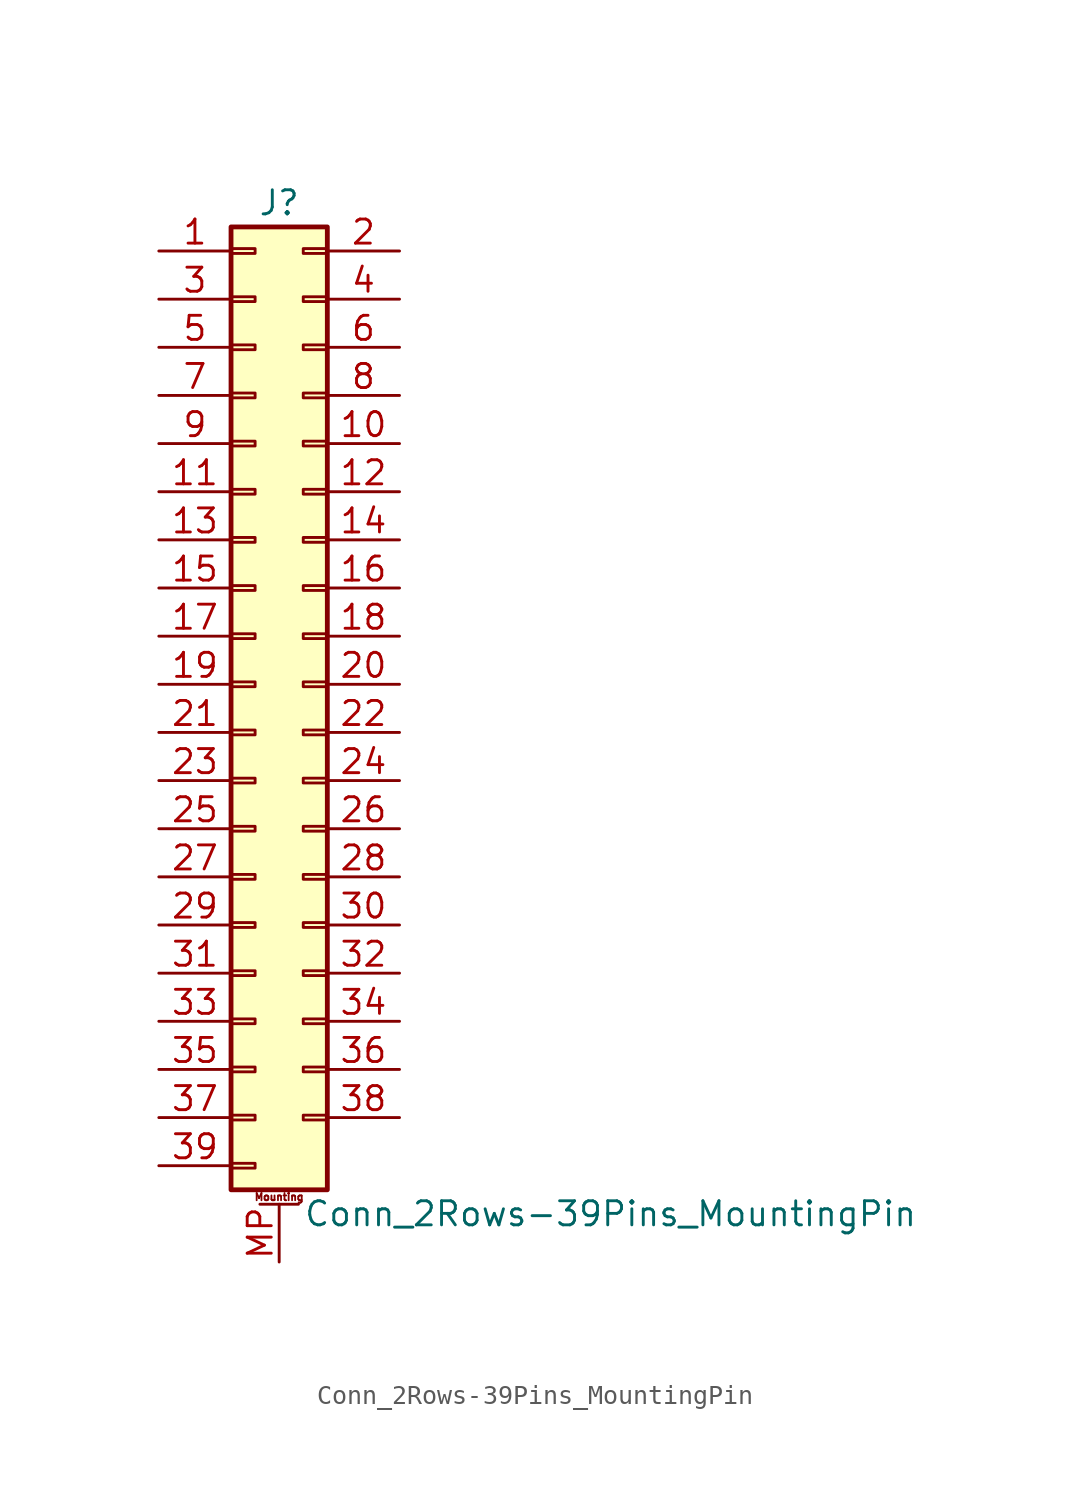
<source format=kicad_sym>
(kicad_symbol_lib
  (version 20211014)
  (generator kicad_symbol_editor)
  (symbol "Conn_2Rows-39Pins_MountingPin"
    (pin_names
      (offset 1.016) hide)
    (property "Reference" "J"
      (at 1.27 25.4 0)
      (effects (font (size 1.27 1.27))))
    (property "Value" "Conn_2Rows-39Pins_MountingPin"
      (at 2.54 -27.94 0)
      (effects (font (size 1.27 1.27)) (justify left)))
    (symbol "Conn_2Rows-39Pins_MountingPin_1_1"
      (rectangle (start -1.27 -25.273) (end 0 -25.527) (stroke (width 0.152) (type default) (color 0 0 0 0)) (fill (type none)))
      (rectangle (start -1.27 -22.733) (end 0 -22.987) (stroke (width 0.152) (type default) (color 0 0 0 0)) (fill (type none)))
      (rectangle (start -1.27 -20.193) (end 0 -20.447) (stroke (width 0.152) (type default) (color 0 0 0 0)) (fill (type none)))
      (rectangle (start -1.27 -17.653) (end 0 -17.907) (stroke (width 0.152) (type default) (color 0 0 0 0)) (fill (type none)))
      (rectangle (start -1.27 -15.113) (end 0 -15.367) (stroke (width 0.152) (type default) (color 0 0 0 0)) (fill (type none)))
      (rectangle (start -1.27 -12.573) (end 0 -12.827) (stroke (width 0.152) (type default) (color 0 0 0 0)) (fill (type none)))
      (rectangle (start -1.27 -10.033) (end 0 -10.287) (stroke (width 0.152) (type default) (color 0 0 0 0)) (fill (type none)))
      (rectangle (start -1.27 -7.493) (end 0 -7.747) (stroke (width 0.152) (type default) (color 0 0 0 0)) (fill (type none)))
      (rectangle (start -1.27 -4.953) (end 0 -5.207) (stroke (width 0.152) (type default) (color 0 0 0 0)) (fill (type none)))
      (rectangle (start -1.27 -2.413) (end 0 -2.667) (stroke (width 0.152) (type default) (color 0 0 0 0)) (fill (type none)))
      (rectangle (start -1.27 0.127) (end 0 -0.127) (stroke (width 0.152) (type default) (color 0 0 0 0)) (fill (type none)))
      (rectangle (start -1.27 2.667) (end 0 2.413) (stroke (width 0.152) (type default) (color 0 0 0 0)) (fill (type none)))
      (rectangle (start -1.27 5.207) (end 0 4.953) (stroke (width 0.152) (type default) (color 0 0 0 0)) (fill (type none)))
      (rectangle (start -1.27 7.747) (end 0 7.493) (stroke (width 0.152) (type default) (color 0 0 0 0)) (fill (type none)))
      (rectangle (start -1.27 10.287) (end 0 10.033) (stroke (width 0.152) (type default) (color 0 0 0 0)) (fill (type none)))
      (rectangle (start -1.27 12.827) (end 0 12.573) (stroke (width 0.152) (type default) (color 0 0 0 0)) (fill (type none)))
      (rectangle (start -1.27 15.367) (end 0 15.113) (stroke (width 0.152) (type default) (color 0 0 0 0)) (fill (type none)))
      (rectangle (start -1.27 17.907) (end 0 17.653) (stroke (width 0.152) (type default) (color 0 0 0 0)) (fill (type none)))
      (rectangle (start -1.27 20.447) (end 0 20.193) (stroke (width 0.152) (type default) (color 0 0 0 0)) (fill (type none)))
      (rectangle (start -1.27 22.987) (end 0 22.733) (stroke (width 0.152) (type default) (color 0 0 0 0)) (fill (type none)))
      (rectangle (start -1.27 24.13) (end 3.81 -26.67) (stroke (width 0.254) (type default) (color 0 0 0 0)) (fill (type background)))
      (polyline (pts (xy 0.254 -27.432) (xy 2.286 -27.432)) (stroke (width 0.152) (type default) (color 0 0 0 0)) (fill (type none)))
      (rectangle (start 3.81 -22.733) (end 2.54 -22.987) (stroke (width 0.152) (type default) (color 0 0 0 0)) (fill (type none)))
      (rectangle (start 3.81 -20.193) (end 2.54 -20.447) (stroke (width 0.152) (type default) (color 0 0 0 0)) (fill (type none)))
      (rectangle (start 3.81 -17.653) (end 2.54 -17.907) (stroke (width 0.152) (type default) (color 0 0 0 0)) (fill (type none)))
      (rectangle (start 3.81 -15.113) (end 2.54 -15.367) (stroke (width 0.152) (type default) (color 0 0 0 0)) (fill (type none)))
      (rectangle (start 3.81 -12.573) (end 2.54 -12.827) (stroke (width 0.152) (type default) (color 0 0 0 0)) (fill (type none)))
      (rectangle (start 3.81 -10.033) (end 2.54 -10.287) (stroke (width 0.152) (type default) (color 0 0 0 0)) (fill (type none)))
      (rectangle (start 3.81 -7.493) (end 2.54 -7.747) (stroke (width 0.152) (type default) (color 0 0 0 0)) (fill (type none)))
      (rectangle (start 3.81 -4.953) (end 2.54 -5.207) (stroke (width 0.152) (type default) (color 0 0 0 0)) (fill (type none)))
      (rectangle (start 3.81 -2.413) (end 2.54 -2.667) (stroke (width 0.152) (type default) (color 0 0 0 0)) (fill (type none)))
      (rectangle (start 3.81 0.127) (end 2.54 -0.127) (stroke (width 0.152) (type default) (color 0 0 0 0)) (fill (type none)))
      (rectangle (start 3.81 2.667) (end 2.54 2.413) (stroke (width 0.152) (type default) (color 0 0 0 0)) (fill (type none)))
      (rectangle (start 3.81 5.207) (end 2.54 4.953) (stroke (width 0.152) (type default) (color 0 0 0 0)) (fill (type none)))
      (rectangle (start 3.81 7.747) (end 2.54 7.493) (stroke (width 0.152) (type default) (color 0 0 0 0)) (fill (type none)))
      (rectangle (start 3.81 10.287) (end 2.54 10.033) (stroke (width 0.152) (type default) (color 0 0 0 0)) (fill (type none)))
      (rectangle (start 3.81 12.827) (end 2.54 12.573) (stroke (width 0.152) (type default) (color 0 0 0 0)) (fill (type none)))
      (rectangle (start 3.81 15.367) (end 2.54 15.113) (stroke (width 0.152) (type default) (color 0 0 0 0)) (fill (type none)))
      (rectangle (start 3.81 17.907) (end 2.54 17.653) (stroke (width 0.152) (type default) (color 0 0 0 0)) (fill (type none)))
      (rectangle (start 3.81 20.447) (end 2.54 20.193) (stroke (width 0.152) (type default) (color 0 0 0 0)) (fill (type none)))
      (rectangle (start 3.81 22.987) (end 2.54 22.733) (stroke (width 0.152) (type default) (color 0 0 0 0)) (fill (type none)))
      (text "Mounting" (at 1.27 -27.051 0) (effects (font (size 0.381 0.381))))
      (pin passive line (at -5.08 22.86 0) (length 3.81) (name "Pin_1" (effects (font (size 1.27 1.27)))) (number "1" (effects (font (size 1.27 1.27)))))
      (pin passive line (at 7.62 12.7 180) (length 3.81) (name "Pin_10" (effects (font (size 1.27 1.27)))) (number "10" (effects (font (size 1.27 1.27)))))
      (pin passive line (at -5.08 10.16 0) (length 3.81) (name "Pin_11" (effects (font (size 1.27 1.27)))) (number "11" (effects (font (size 1.27 1.27)))))
      (pin passive line (at 7.62 10.16 180) (length 3.81) (name "Pin_12" (effects (font (size 1.27 1.27)))) (number "12" (effects (font (size 1.27 1.27)))))
      (pin passive line (at -5.08 7.62 0) (length 3.81) (name "Pin_13" (effects (font (size 1.27 1.27)))) (number "13" (effects (font (size 1.27 1.27)))))
      (pin passive line (at 7.62 7.62 180) (length 3.81) (name "Pin_14" (effects (font (size 1.27 1.27)))) (number "14" (effects (font (size 1.27 1.27)))))
      (pin passive line (at -5.08 5.08 0) (length 3.81) (name "Pin_15" (effects (font (size 1.27 1.27)))) (number "15" (effects (font (size 1.27 1.27)))))
      (pin passive line (at 7.62 5.08 180) (length 3.81) (name "Pin_16" (effects (font (size 1.27 1.27)))) (number "16" (effects (font (size 1.27 1.27)))))
      (pin passive line (at -5.08 2.54 0) (length 3.81) (name "Pin_17" (effects (font (size 1.27 1.27)))) (number "17" (effects (font (size 1.27 1.27)))))
      (pin passive line (at 7.62 2.54 180) (length 3.81) (name "Pin_18" (effects (font (size 1.27 1.27)))) (number "18" (effects (font (size 1.27 1.27)))))
      (pin passive line (at -5.08 0 0) (length 3.81) (name "Pin_19" (effects (font (size 1.27 1.27)))) (number "19" (effects (font (size 1.27 1.27)))))
      (pin passive line (at 7.62 22.86 180) (length 3.81) (name "Pin_2" (effects (font (size 1.27 1.27)))) (number "2" (effects (font (size 1.27 1.27)))))
      (pin passive line (at 7.62 0 180) (length 3.81) (name "Pin_20" (effects (font (size 1.27 1.27)))) (number "20" (effects (font (size 1.27 1.27)))))
      (pin passive line (at -5.08 -2.54 0) (length 3.81) (name "Pin_21" (effects (font (size 1.27 1.27)))) (number "21" (effects (font (size 1.27 1.27)))))
      (pin passive line (at 7.62 -2.54 180) (length 3.81) (name "Pin_22" (effects (font (size 1.27 1.27)))) (number "22" (effects (font (size 1.27 1.27)))))
      (pin passive line (at -5.08 -5.08 0) (length 3.81) (name "Pin_23" (effects (font (size 1.27 1.27)))) (number "23" (effects (font (size 1.27 1.27)))))
      (pin passive line (at 7.62 -5.08 180) (length 3.81) (name "Pin_24" (effects (font (size 1.27 1.27)))) (number "24" (effects (font (size 1.27 1.27)))))
      (pin passive line (at -5.08 -7.62 0) (length 3.81) (name "Pin_25" (effects (font (size 1.27 1.27)))) (number "25" (effects (font (size 1.27 1.27)))))
      (pin passive line (at 7.62 -7.62 180) (length 3.81) (name "Pin_26" (effects (font (size 1.27 1.27)))) (number "26" (effects (font (size 1.27 1.27)))))
      (pin passive line (at -5.08 -10.16 0) (length 3.81) (name "Pin_27" (effects (font (size 1.27 1.27)))) (number "27" (effects (font (size 1.27 1.27)))))
      (pin passive line (at 7.62 -10.16 180) (length 3.81) (name "Pin_28" (effects (font (size 1.27 1.27)))) (number "28" (effects (font (size 1.27 1.27)))))
      (pin passive line (at -5.08 -12.7 0) (length 3.81) (name "Pin_29" (effects (font (size 1.27 1.27)))) (number "29" (effects (font (size 1.27 1.27)))))
      (pin passive line (at -5.08 20.32 0) (length 3.81) (name "Pin_3" (effects (font (size 1.27 1.27)))) (number "3" (effects (font (size 1.27 1.27)))))
      (pin passive line (at 7.62 -12.7 180) (length 3.81) (name "Pin_30" (effects (font (size 1.27 1.27)))) (number "30" (effects (font (size 1.27 1.27)))))
      (pin passive line (at -5.08 -15.24 0) (length 3.81) (name "Pin_31" (effects (font (size 1.27 1.27)))) (number "31" (effects (font (size 1.27 1.27)))))
      (pin passive line (at 7.62 -15.24 180) (length 3.81) (name "Pin_32" (effects (font (size 1.27 1.27)))) (number "32" (effects (font (size 1.27 1.27)))))
      (pin passive line (at -5.08 -17.78 0) (length 3.81) (name "Pin_33" (effects (font (size 1.27 1.27)))) (number "33" (effects (font (size 1.27 1.27)))))
      (pin passive line (at 7.62 -17.78 180) (length 3.81) (name "Pin_34" (effects (font (size 1.27 1.27)))) (number "34" (effects (font (size 1.27 1.27)))))
      (pin passive line (at -5.08 -20.32 0) (length 3.81) (name "Pin_35" (effects (font (size 1.27 1.27)))) (number "35" (effects (font (size 1.27 1.27)))))
      (pin passive line (at 7.62 -20.32 180) (length 3.81) (name "Pin_36" (effects (font (size 1.27 1.27)))) (number "36" (effects (font (size 1.27 1.27)))))
      (pin passive line (at -5.08 -22.86 0) (length 3.81) (name "Pin_37" (effects (font (size 1.27 1.27)))) (number "37" (effects (font (size 1.27 1.27)))))
      (pin passive line (at 7.62 -22.86 180) (length 3.81) (name "Pin_38" (effects (font (size 1.27 1.27)))) (number "38" (effects (font (size 1.27 1.27)))))
      (pin passive line (at -5.08 -25.4 0) (length 3.81) (name "Pin_39" (effects (font (size 1.27 1.27)))) (number "39" (effects (font (size 1.27 1.27)))))
      (pin passive line (at 7.62 20.32 180) (length 3.81) (name "Pin_4" (effects (font (size 1.27 1.27)))) (number "4" (effects (font (size 1.27 1.27)))))
      (pin passive line (at -5.08 17.78 0) (length 3.81) (name "Pin_5" (effects (font (size 1.27 1.27)))) (number "5" (effects (font (size 1.27 1.27)))))
      (pin passive line (at 7.62 17.78 180) (length 3.81) (name "Pin_6" (effects (font (size 1.27 1.27)))) (number "6" (effects (font (size 1.27 1.27)))))
      (pin passive line (at -5.08 15.24 0) (length 3.81) (name "Pin_7" (effects (font (size 1.27 1.27)))) (number "7" (effects (font (size 1.27 1.27)))))
      (pin passive line (at 7.62 15.24 180) (length 3.81) (name "Pin_8" (effects (font (size 1.27 1.27)))) (number "8" (effects (font (size 1.27 1.27)))))
      (pin passive line (at -5.08 12.7 0) (length 3.81) (name "Pin_9" (effects (font (size 1.27 1.27)))) (number "9" (effects (font (size 1.27 1.27)))))
      (pin passive line (at 1.27 -30.48 90) (length 3.048) (name "MountPin" (effects (font (size 1.27 1.27)))) (number "MP" (effects (font (size 1.27 1.27))))))))
</source>
